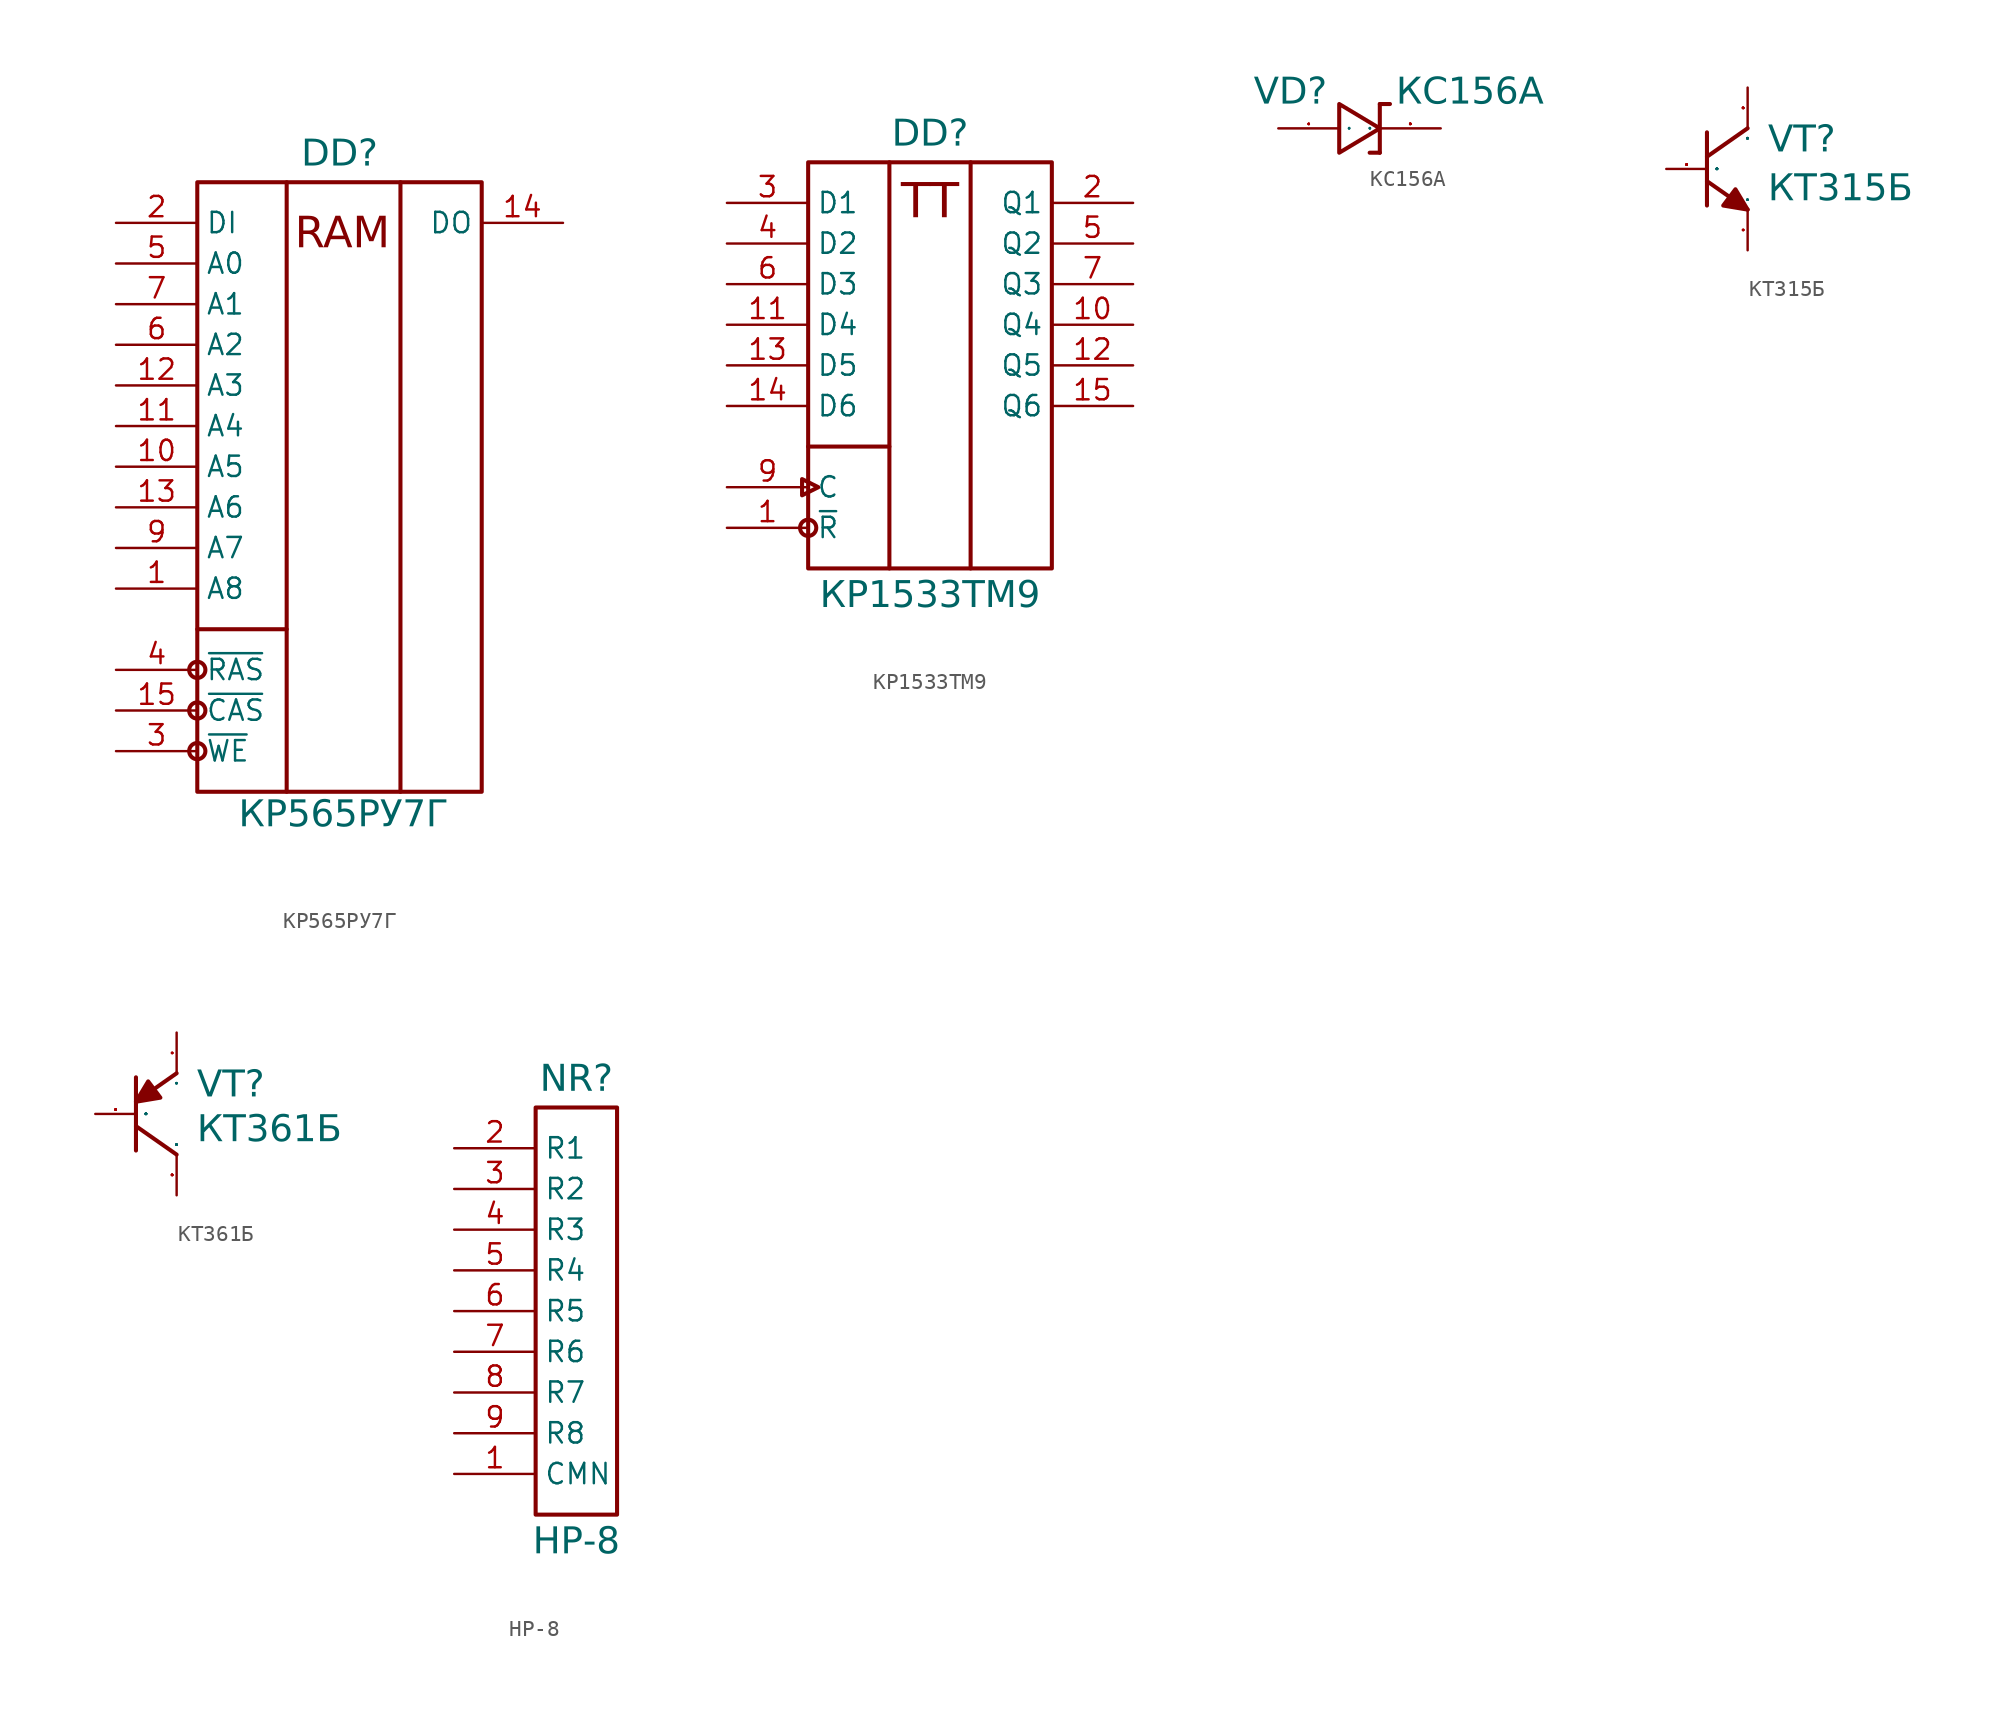
<source format=kicad_sym>
(kicad_symbol_lib
  (version 20241209)
  (generator "kicad_symbol_editor")
  (generator_version "9.0")
  (symbol "КР565РУ7Г"
    (property "Reference" "DD"
      (at 13.97 3.302 0)
      (do_not_autoplace)
      (effects (font (face "Input Sans Condensed") (size 1.651 1.651)) (justify bottom)))
    (property "Value" "КР565РУ7Г"
      (at 14.224 -36.068 0)
      (do_not_autoplace)
      (effects (font (face "Input Sans Condensed") (size 1.651 1.651)) (justify top)))
    (symbol "КР565РУ7Г_0_0"
      (rectangle (start 5.08 2.54) (end 22.86 -35.56) (stroke (width 0.254) (type solid)) (fill (type none)))
      (polyline (pts (xy 5.08 -25.4) (xy 10.668 -25.4)) (stroke (width 0.254) (type solid)) (fill (type none)))
      (circle (center 5.08 -27.94) (radius 0.508) (stroke (width 0.254) (type solid)) (fill (type color) (color 255 255 255 1)))
      (circle (center 5.08 -30.48) (radius 0.508) (stroke (width 0.254) (type solid)) (fill (type color) (color 255 255 255 1)))
      (circle (center 5.08 -33.02) (radius 0.508) (stroke (width 0.254) (type solid)) (fill (type color) (color 255 255 255 1)))
      (polyline (pts (xy 10.668 -35.56) (xy 10.668 2.54)) (stroke (width 0.254) (type solid)) (fill (type none)))
      (polyline (pts (xy 17.78 2.54) (xy 17.78 -33.02) (xy 17.78 -35.56)) (stroke (width 0.254) (type solid)) (fill (type none)))
      (text "RAM" (at 11.176 0.406 0) (effects (font (face "Input Sans Condensed") (size 1.93 1.93)) (justify left top)))
      (pin input line (at 0 -20.32 0) (length 5.08) (name "A7" (effects (font (size 1.27 1.27)))) (number "9" (effects (font (size 1.27 1.27))))))
    (symbol "КР565РУ7Г_1_0"
      (pin input line (at 0 0 0) (length 5.08) (name "DI" (effects (font (size 1.27 1.27)))) (number "2" (effects (font (size 1.27 1.27)))))
      (pin input line (at 0 -2.54 0) (length 5.08) (name "A0" (effects (font (size 1.27 1.27)))) (number "5" (effects (font (size 1.27 1.27)))))
      (pin input line (at 0 -5.08 0) (length 5.08) (name "A1" (effects (font (size 1.27 1.27)))) (number "7" (effects (font (size 1.27 1.27)))))
      (pin input line (at 0 -7.62 0) (length 5.08) (name "A2" (effects (font (size 1.27 1.27)))) (number "6" (effects (font (size 1.27 1.27)))))
      (pin input line (at 0 -10.16 0) (length 5.08) (name "A3" (effects (font (size 1.27 1.27)))) (number "12" (effects (font (size 1.27 1.27)))))
      (pin input line (at 0 -12.7 0) (length 5.08) (name "A4" (effects (font (size 1.27 1.27)))) (number "11" (effects (font (size 1.27 1.27)))))
      (pin input line (at 0 -15.24 0) (length 5.08) (name "A5" (effects (font (size 1.27 1.27)))) (number "10" (effects (font (size 1.27 1.27)))))
      (pin input line (at 0 -17.78 0) (length 5.08) (name "A6" (effects (font (size 1.27 1.27)))) (number "13" (effects (font (size 1.27 1.27)))))
      (pin input line (at 0 -22.86 0) (length 5.08) (name "A8" (effects (font (size 1.27 1.27)))) (number "1" (effects (font (size 1.27 1.27)))))
      (pin input line (at 0 -27.94 0) (length 5.08) (name "~{RAS}" (effects (font (size 1.27 1.27)))) (number "4" (effects (font (size 1.27 1.27)))))
      (pin input line (at 0 -30.48 0) (length 5.08) (name "~{CAS}" (effects (font (size 1.27 1.27)))) (number "15" (effects (font (size 1.27 1.27)))))
      (pin input line (at 0 -33.02 0) (length 5.08) (name "~{WE}" (effects (font (size 1.27 1.27)))) (number "3" (effects (font (size 1.27 1.27)))))
      (pin output line (at 27.94 0 180) (length 5.08) (name "DO" (effects (font (size 1.27 1.27)))) (number "14" (effects (font (size 1.27 1.27))))))
    (symbol "КР565РУ7Г_1_1"
      (pin power_in line (at 25.4 -27.94 180) (length 2.54) (hide yes) (name "VCC" (effects (font (size 0.635 0.635)))) (number "8" (effects (font (size 0.635 0.635)))))
      (pin power_in line (at 25.4 -30.48 180) (length 2.54) (hide yes) (name "GND" (effects (font (size 0.635 0.635)))) (number "16" (effects (font (size 0.635 0.635)))))))
  (symbol "КР1533ТМ9"
    (property "Reference" "DD"
      (at 12.7 3.302 0)
      (do_not_autoplace)
      (effects (font (face "Input Sans Condensed") (size 1.651 1.651)) (justify bottom)))
    (property "Value" "КР1533ТМ9"
      (at 12.7 -23.622 0)
      (do_not_autoplace)
      (effects (font (face "Input Sans Condensed") (size 1.651 1.651)) (justify top)))
    (symbol "КР1533ТМ9_0_0"
      (rectangle (start 5.08 2.54) (end 20.32 -22.86) (stroke (width 0.254) (type solid)) (fill (type none)))
      (polyline (pts (xy 5.08 -15.24) (xy 10.16 -15.24)) (stroke (width 0.254) (type solid)) (fill (type none)))
      (circle (center 5.08 -20.32) (radius 0.508) (stroke (width 0.254) (type solid)) (fill (type color) (color 255 255 255 1)))
      (polyline (pts (xy 10.16 2.54) (xy 10.16 -22.86)) (stroke (width 0.254) (type solid)) (fill (type none)))
      (polyline (pts (xy 15.24 2.54) (xy 15.24 -22.86)) (stroke (width 0.254) (type solid)) (fill (type none))))
    (symbol "КР1533ТМ9_0_1"
      (polyline (pts (xy 4.699 -18.288) (xy 4.699 -17.272) (xy 5.715 -17.78) (xy 4.699 -18.288)) (stroke (width 0.254) (type default)) (fill (type none))))
    (symbol "КР1533ТМ9_1_0"
      (pin input line (at 0 0 0) (length 5.08) (name "D1" (effects (font (size 1.27 1.27)))) (number "3" (effects (font (size 1.27 1.27)))))
      (pin input line (at 0 -2.54 0) (length 5.08) (name "D2" (effects (font (size 1.27 1.27)))) (number "4" (effects (font (size 1.27 1.27)))))
      (pin input line (at 0 -5.08 0) (length 5.08) (name "D3" (effects (font (size 1.27 1.27)))) (number "6" (effects (font (size 1.27 1.27)))))
      (pin input line (at 0 -7.62 0) (length 5.08) (name "D4" (effects (font (size 1.27 1.27)))) (number "11" (effects (font (size 1.27 1.27)))))
      (pin input line (at 0 -10.16 0) (length 5.08) (name "D5" (effects (font (size 1.27 1.27)))) (number "13" (effects (font (size 1.27 1.27)))))
      (pin input line (at 0 -12.7 0) (length 5.08) (name "D6" (effects (font (size 1.27 1.27)))) (number "14" (effects (font (size 1.27 1.27)))))
      (pin input line (at 0 -17.78 0) (length 5.08) (name "C" (effects (font (size 1.27 1.27)))) (number "9" (effects (font (size 1.27 1.27)))))
      (pin input line (at 0 -20.32 0) (length 5.08) (name "~{R}" (effects (font (size 1.27 1.27)))) (number "1" (effects (font (size 1.27 1.27)))))
      (pin power_in line (at 22.86 -19.05 180) (length 2.54) (hide yes) (name "VCC" (effects (font (size 1.27 1.27)))) (number "16" (effects (font (size 1.27 1.27)))))
      (pin power_in line (at 22.86 -21.59 180) (length 2.54) (hide yes) (name "GND" (effects (font (size 1.27 1.27)))) (number "8" (effects (font (size 1.27 1.27)))))
      (pin output line (at 25.4 0 180) (length 5.08) (name "Q1" (effects (font (size 1.27 1.27)))) (number "2" (effects (font (size 1.27 1.27)))))
      (pin output line (at 25.4 -2.54 180) (length 5.08) (name "Q2" (effects (font (size 1.27 1.27)))) (number "5" (effects (font (size 1.27 1.27)))))
      (pin output line (at 25.4 -5.08 180) (length 5.08) (name "Q3" (effects (font (size 1.27 1.27)))) (number "7" (effects (font (size 1.27 1.27)))))
      (pin output line (at 25.4 -7.62 180) (length 5.08) (name "Q4" (effects (font (size 1.27 1.27)))) (number "10" (effects (font (size 1.27 1.27)))))
      (pin output line (at 25.4 -10.16 180) (length 5.08) (name "Q5" (effects (font (size 1.27 1.27)))) (number "12" (effects (font (size 1.27 1.27)))))
      (pin output line (at 25.4 -12.7 180) (length 5.08) (name "Q6" (effects (font (size 1.27 1.27)))) (number "15" (effects (font (size 1.27 1.27))))))
    (symbol "КР1533ТМ9_1_1"
      (text "TT" (at 12.7 0 0) (effects (font (face "Input Sans Condensed") (size 2.159 2.159))))))
  (symbol "КС156А"
    (property "Reference" "VD"
      (at -2.032 1.27 0)
      (do_not_autoplace)
      (effects (font (face "Input Sans Condensed") (size 1.651 1.651)) (justify right bottom)))
    (property "Value" "КС156А"
      (at 2.286 1.27 0)
      (do_not_autoplace)
      (effects (font (face "Input Sans Condensed") (size 1.651 1.651)) (justify left bottom)))
    (symbol "КС156А_0_0"
      (polyline (pts (xy -1.27 -1.524) (xy 1.27 0) (xy -1.27 1.524) (xy -1.27 -1.524)) (stroke (width 0.254) (type solid)) (fill (type none)))
      (polyline (pts (xy 1.27 1.524) (xy 1.27 -1.524)) (stroke (width 0.254) (type solid)) (fill (type none))))
    (symbol "КС156А_0_1"
      (polyline (pts (xy 1.27 1.524) (xy 1.905 1.524)) (stroke (width 0.254) (type default)) (fill (type none)))
      (polyline (pts (xy 1.27 -1.524) (xy 0.635 -1.524)) (stroke (width 0.254) (type default)) (fill (type none))))
    (symbol "КС156А_1_0"
      (pin passive line (at -5.08 0 0) (length 3.81) (name "A" (effects (font (size 0.025 0.025)))) (number "1" (effects (font (size 0.025 0.025)))))
      (pin passive line (at 5.08 0 180) (length 3.81) (name "K" (effects (font (size 0.025 0.025)))) (number "2" (effects (font (size 0.025 0.025)))))))
  (symbol "КТ315Б"
    (property "Reference" "VT"
      (at 3.81 1.778 0)
      (effects (font (face "Input Sans Condensed") (size 1.651 1.651)) (justify left)))
    (property "Value" "КТ315Б"
      (at 3.81 -1.27 0)
      (effects (font (face "Input Sans Condensed") (size 1.651 1.651)) (justify left)))
    (symbol "КТ315Б_0_0"
      (polyline (pts (xy 0 2.286) (xy 0 -2.286)) (stroke (width 0.254) (type solid)) (fill (type none)))
      (polyline (pts (xy 0 -0.762) (xy 2.54 -2.54)) (stroke (width 0.254) (type solid)) (fill (type none)))
      (polyline (pts (xy 2.54 2.54) (xy 0 0.762)) (stroke (width 0.254) (type solid)) (fill (type none)))
      (polyline (pts (xy 2.54 -2.54) (xy 1.778 -1.27) (xy 1.016 -2.286) (xy 2.54 -2.54)) (stroke (width 0.254) (type solid)) (fill (type outline))))
    (symbol "КТ315Б_1_0"
      (pin passive line (at -2.54 0 0) (length 2.54) (name "B" (effects (font (size 0.025 0.025)))) (number "3" (effects (font (size 0.025 0.025)))))
      (pin passive line (at 2.54 5.08 270) (length 2.54) (name "C" (effects (font (size 0.025 0.025)))) (number "2" (effects (font (size 0.025 0.025)))))
      (pin passive line (at 2.54 -5.08 90) (length 2.54) (name "E" (effects (font (size 0.025 0.025)))) (number "1" (effects (font (size 0.025 0.025)))))))
  (symbol "КТ361Б"
    (property "Reference" "VT"
      (at 1.27 1.778 0)
      (do_not_autoplace)
      (effects (font (face "Input Sans Condensed") (size 1.651 1.651)) (justify left)))
    (property "Value" "КТ361Б"
      (at 1.27 -1.016 0)
      (do_not_autoplace)
      (effects (font (face "Input Sans Condensed") (size 1.651 1.651)) (justify left)))
    (symbol "КТ361Б_0_0"
      (polyline (pts (xy -2.54 0.762) (xy 0 2.54)) (stroke (width 0.254) (type solid)) (fill (type none)))
      (polyline (pts (xy -2.54 0.762) (xy -1.016 1.016) (xy -1.778 2.032) (xy -2.54 0.762)) (stroke (width 0.254) (type solid)) (fill (type outline)))
      (polyline (pts (xy -2.54 -2.286) (xy -2.54 2.286)) (stroke (width 0.254) (type solid)) (fill (type none)))
      (polyline (pts (xy 0 -2.54) (xy -2.54 -0.762)) (stroke (width 0.254) (type solid)) (fill (type none))))
    (symbol "КТ361Б_1_0"
      (pin passive line (at -5.08 0 0) (length 2.54) (name "B" (effects (font (size 0.025 0.025)))) (number "3" (effects (font (size 0.025 0.025)))))
      (pin passive line (at 0 5.08 270) (length 2.54) (name "E" (effects (font (size 0.025 0.025)))) (number "1" (effects (font (size 0.025 0.025)))))
      (pin passive line (at 0 -5.08 90) (length 2.54) (name "C" (effects (font (size 0.025 0.025)))) (number "2" (effects (font (size 0.025 0.025)))))))
  (symbol "НР-8"
    (property "Reference" "NR"
      (at 7.62 3.302 0)
      (effects (font (face "Input Sans Condensed") (size 1.651 1.651)) (justify bottom)))
    (property "Value" "НР-8"
      (at 7.62 -23.622 0)
      (do_not_autoplace)
      (effects (font (face "Input Sans Condensed") (size 1.651 1.651)) (justify top)))
    (symbol "НР-8_0_0"
      (rectangle (start 5.08 2.54) (end 10.16 -22.86) (stroke (width 0.254) (type solid)) (fill (type none))))
    (symbol "НР-8_1_0"
      (pin passive line (at 0 0 0) (length 5.08) (name "R1" (effects (font (size 1.27 1.27)))) (number "2" (effects (font (size 1.27 1.27)))))
      (pin passive line (at 0 -2.54 0) (length 5.08) (name "R2" (effects (font (size 1.27 1.27)))) (number "3" (effects (font (size 1.27 1.27)))))
      (pin passive line (at 0 -5.08 0) (length 5.08) (name "R3" (effects (font (size 1.27 1.27)))) (number "4" (effects (font (size 1.27 1.27)))))
      (pin passive line (at 0 -7.62 0) (length 5.08) (name "R4" (effects (font (size 1.27 1.27)))) (number "5" (effects (font (size 1.27 1.27)))))
      (pin passive line (at 0 -10.16 0) (length 5.08) (name "R5" (effects (font (size 1.27 1.27)))) (number "6" (effects (font (size 1.27 1.27)))))
      (pin passive line (at 0 -12.7 0) (length 5.08) (name "R6" (effects (font (size 1.27 1.27)))) (number "7" (effects (font (size 1.27 1.27)))))
      (pin passive line (at 0 -15.24 0) (length 5.08) (name "R7" (effects (font (size 1.27 1.27)))) (number "8" (effects (font (size 1.27 1.27)))))
      (pin passive line (at 0 -17.78 0) (length 5.08) (name "R8" (effects (font (size 1.27 1.27)))) (number "9" (effects (font (size 1.27 1.27)))))
      (pin passive line (at 0 -20.32 0) (length 5.08) (name "CMN" (effects (font (size 1.27 1.27)))) (number "1" (effects (font (size 1.27 1.27))))))))
</source>
